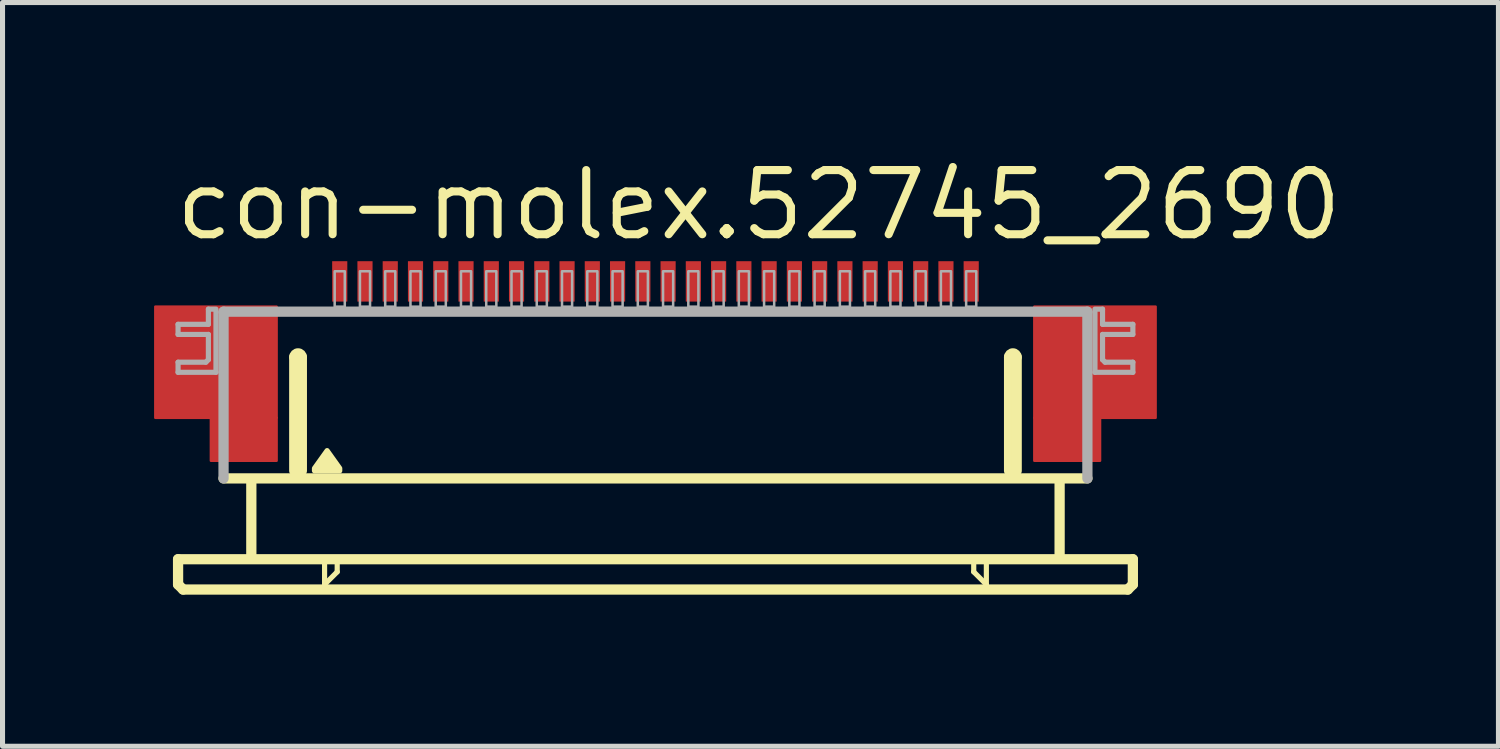
<source format=kicad_pcb>
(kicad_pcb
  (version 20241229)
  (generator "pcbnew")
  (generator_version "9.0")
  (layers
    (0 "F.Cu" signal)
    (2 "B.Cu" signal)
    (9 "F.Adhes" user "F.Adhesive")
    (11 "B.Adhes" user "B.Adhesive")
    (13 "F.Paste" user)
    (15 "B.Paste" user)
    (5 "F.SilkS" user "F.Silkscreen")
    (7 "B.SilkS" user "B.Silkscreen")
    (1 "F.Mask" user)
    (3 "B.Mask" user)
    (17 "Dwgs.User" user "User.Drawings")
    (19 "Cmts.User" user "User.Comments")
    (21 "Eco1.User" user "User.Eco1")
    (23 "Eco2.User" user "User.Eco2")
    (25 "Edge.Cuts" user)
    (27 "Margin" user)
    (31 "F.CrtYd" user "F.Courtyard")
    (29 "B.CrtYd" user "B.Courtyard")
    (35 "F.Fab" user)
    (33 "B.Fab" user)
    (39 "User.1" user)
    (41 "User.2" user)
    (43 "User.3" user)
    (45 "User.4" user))
  (footprint "con-molex.52745_2690"
    (layer "F.Cu")
    (at 9.925 5.02)
    (property "Reference" "con-molex.52745_2690" (at -9.58 -3.27 0) (layer "F.SilkS") (effects (font (size 1.27 1.27) (thickness 0.16)) (justify left bottom)))
    (attr smd)
    (fp_rect (start -9.9 0.2) (end -7.5 -2) (stroke (width 0.05) (type default)) (fill yes) (layer "F.Cu"))
    (fp_rect (start -8.8 1.05) (end -7.5 0.2) (stroke (width 0.05) (type default)) (fill yes) (layer "F.Cu"))
    (fp_rect (start 7.5 0.2) (end 9.9 -2) (stroke (width 0.05) (type default)) (fill yes) (layer "F.Cu"))
    (fp_rect (start 7.5 1.05) (end 8.8 0.2) (stroke (width 0.05) (type default)) (fill yes) (layer "F.Cu"))
    (fp_rect (start -9.9 0.2) (end -8.75 -2) (stroke (width 0.05) (type default)) (fill yes) (layer "F.Mask"))
    (fp_rect (start -8.8 1.05) (end -7.5 -2) (stroke (width 0.05) (type default)) (fill yes) (layer "F.Mask"))
    (fp_rect (start 7.5 1.05) (end 8.8 -2) (stroke (width 0.05) (type default)) (fill yes) (layer "F.Mask"))
    (fp_rect (start 8.75 0.2) (end 9.9 -2) (stroke (width 0.05) (type default)) (fill yes) (layer "F.Mask"))
    (fp_line (start -9.45 3) (end -9.45 3.5) (stroke (width 0.203) (type default)) (layer "F.SilkS"))
    (fp_line (start -9.45 3.5) (end -9.35 3.6) (stroke (width 0.203) (type default)) (layer "F.SilkS"))
    (fp_line (start -9.35 3.6) (end 9.35 3.6) (stroke (width 0.203) (type default)) (layer "F.SilkS"))
    (fp_line (start -8 1.5) (end -8 2.9) (stroke (width 0.203) (type default)) (layer "F.SilkS"))
    (fp_line (start -7.15 1.25) (end -7.15 -1) (stroke (width 0.203) (type default)) (layer "F.SilkS"))
    (fp_line (start -7 -1) (end -7 1.25) (stroke (width 0.203) (type default)) (layer "F.SilkS"))
    (fp_line (start -6.55 3.1) (end -6.55 3.5) (stroke (width 0.102) (type default)) (layer "F.SilkS"))
    (fp_line (start -6.55 3.5) (end -6.3 3.25) (stroke (width 0.102) (type default)) (layer "F.SilkS"))
    (fp_line (start -6.3 3.25) (end -6.3 3.1) (stroke (width 0.102) (type default)) (layer "F.SilkS"))
    (fp_line (start 6.3 3.1) (end 6.3 3.25) (stroke (width 0.102) (type default)) (layer "F.SilkS"))
    (fp_line (start 6.3 3.25) (end 6.55 3.5) (stroke (width 0.102) (type default)) (layer "F.SilkS"))
    (fp_line (start 6.55 3.5) (end 6.55 3.1) (stroke (width 0.102) (type default)) (layer "F.SilkS"))
    (fp_line (start 7 1.25) (end 7 -1) (stroke (width 0.203) (type default)) (layer "F.SilkS"))
    (fp_line (start 7.15 -1) (end 7.15 1.25) (stroke (width 0.203) (type default)) (layer "F.SilkS"))
    (fp_line (start 8 1.5) (end 8 2.9) (stroke (width 0.203) (type default)) (layer "F.SilkS"))
    (fp_line (start 8.55 1.4) (end -8.55 1.4) (stroke (width 0.203) (type default)) (layer "F.SilkS"))
    (fp_line (start 9.35 3.6) (end 9.45 3.5) (stroke (width 0.203) (type default)) (layer "F.SilkS"))
    (fp_line (start 9.45 3) (end -9.45 3) (stroke (width 0.203) (type default)) (layer "F.SilkS"))
    (fp_line (start 9.45 3.5) (end 9.45 3) (stroke (width 0.203) (type default)) (layer "F.SilkS"))
    (fp_arc (start -7.15 -1) (mid -7.075 -1.075) (end -7 -1) (stroke (width 0.2032) (type default)) (layer "F.SilkS"))
    (fp_arc (start 7 -1) (mid 7.075 -1.075) (end 7.15 -1) (stroke (width 0.2032) (type default)) (layer "F.SilkS"))
    (fp_poly (pts (xy -6.75 1.25) (xy -6.75 1.2) (xy -6.5 0.85) (xy -6.25 1.2) (xy -6.25 1.25)) (stroke (width 0.102) (type default)) (fill yes) (layer "F.SilkS"))
    (fp_rect (start -9.7 0.05) (end -7.7 -1.85) (stroke (width 0.05) (type default)) (fill yes) (layer "F.Paste"))
    (fp_rect (start 7.7 0.05) (end 9.7 -1.85) (stroke (width 0.05) (type default)) (fill yes) (layer "F.Paste"))
    (fp_line (start -9.45 -1.65) (end -9.45 -1.45) (stroke (width 0.102) (type default)) (layer "F.Fab"))
    (fp_line (start -9.45 -1.45) (end -8.85 -1.45) (stroke (width 0.102) (type default)) (layer "F.Fab"))
    (fp_line (start -9.45 -0.9) (end -9.45 -0.7) (stroke (width 0.102) (type default)) (layer "F.Fab"))
    (fp_line (start -9.45 -0.7) (end -8.7 -0.7) (stroke (width 0.102) (type default)) (layer "F.Fab"))
    (fp_line (start -8.9 -0.9) (end -9.45 -0.9) (stroke (width 0.102) (type default)) (layer "F.Fab"))
    (fp_line (start -8.85 -1.95) (end -8.85 -1.65) (stroke (width 0.102) (type default)) (layer "F.Fab"))
    (fp_line (start -8.85 -1.65) (end -9.45 -1.65) (stroke (width 0.102) (type default)) (layer "F.Fab"))
    (fp_line (start -8.85 -1.45) (end -8.85 -0.95) (stroke (width 0.102) (type default)) (layer "F.Fab"))
    (fp_line (start -8.85 -0.95) (end -8.9 -0.9) (stroke (width 0.102) (type default)) (layer "F.Fab"))
    (fp_line (start -8.7 -1.95) (end -8.85 -1.95) (stroke (width 0.102) (type default)) (layer "F.Fab"))
    (fp_line (start -8.7 -0.7) (end -8.7 -1.9) (stroke (width 0.102) (type default)) (layer "F.Fab"))
    (fp_line (start -8.55 -1.9) (end 8.55 -1.9) (stroke (width 0.203) (type default)) (layer "F.Fab"))
    (fp_line (start -8.55 1.4) (end -8.55 -1.9) (stroke (width 0.203) (type default)) (layer "F.Fab"))
    (fp_line (start 8.55 -1.9) (end 8.55 1.4) (stroke (width 0.203) (type default)) (layer "F.Fab"))
    (fp_line (start 8.7 -1.95) (end 8.85 -1.95) (stroke (width 0.102) (type default)) (layer "F.Fab"))
    (fp_line (start 8.7 -0.7) (end 8.7 -1.9) (stroke (width 0.102) (type default)) (layer "F.Fab"))
    (fp_line (start 8.85 -1.95) (end 8.85 -1.65) (stroke (width 0.102) (type default)) (layer "F.Fab"))
    (fp_line (start 8.85 -1.65) (end 9.45 -1.65) (stroke (width 0.102) (type default)) (layer "F.Fab"))
    (fp_line (start 8.85 -1.45) (end 8.85 -0.95) (stroke (width 0.102) (type default)) (layer "F.Fab"))
    (fp_line (start 8.85 -0.95) (end 8.9 -0.9) (stroke (width 0.102) (type default)) (layer "F.Fab"))
    (fp_line (start 8.9 -0.9) (end 9.45 -0.9) (stroke (width 0.102) (type default)) (layer "F.Fab"))
    (fp_line (start 9.45 -1.65) (end 9.45 -1.45) (stroke (width 0.102) (type default)) (layer "F.Fab"))
    (fp_line (start 9.45 -1.45) (end 8.85 -1.45) (stroke (width 0.102) (type default)) (layer "F.Fab"))
    (fp_line (start 9.45 -0.9) (end 9.45 -0.7) (stroke (width 0.102) (type default)) (layer "F.Fab"))
    (fp_line (start 9.45 -0.7) (end 8.7 -0.7) (stroke (width 0.102) (type default)) (layer "F.Fab"))
    (fp_rect (start -6.35 -2) (end -6.15 -2.7) (stroke (width 0.05) (type default)) (fill no) (layer "F.Fab"))
    (fp_rect (start -5.85 -2) (end -5.65 -2.7) (stroke (width 0.05) (type default)) (fill no) (layer "F.Fab"))
    (fp_rect (start -5.35 -2) (end -5.15 -2.7) (stroke (width 0.05) (type default)) (fill no) (layer "F.Fab"))
    (fp_rect (start -4.85 -2) (end -4.65 -2.7) (stroke (width 0.05) (type default)) (fill no) (layer "F.Fab"))
    (fp_rect (start -4.35 -2) (end -4.15 -2.7) (stroke (width 0.05) (type default)) (fill no) (layer "F.Fab"))
    (fp_rect (start -3.85 -2) (end -3.65 -2.7) (stroke (width 0.05) (type default)) (fill no) (layer "F.Fab"))
    (fp_rect (start -3.35 -2) (end -3.15 -2.7) (stroke (width 0.05) (type default)) (fill no) (layer "F.Fab"))
    (fp_rect (start -2.85 -2) (end -2.65 -2.7) (stroke (width 0.05) (type default)) (fill no) (layer "F.Fab"))
    (fp_rect (start -2.35 -2) (end -2.15 -2.7) (stroke (width 0.05) (type default)) (fill no) (layer "F.Fab"))
    (fp_rect (start -1.85 -2) (end -1.65 -2.7) (stroke (width 0.05) (type default)) (fill no) (layer "F.Fab"))
    (fp_rect (start -1.35 -2) (end -1.15 -2.7) (stroke (width 0.05) (type default)) (fill no) (layer "F.Fab"))
    (fp_rect (start -0.85 -2) (end -0.65 -2.7) (stroke (width 0.05) (type default)) (fill no) (layer "F.Fab"))
    (fp_rect (start -0.35 -2) (end -0.15 -2.7) (stroke (width 0.05) (type default)) (fill no) (layer "F.Fab"))
    (fp_rect (start 0.15 -2) (end 0.35 -2.7) (stroke (width 0.05) (type default)) (fill no) (layer "F.Fab"))
    (fp_rect (start 0.65 -2) (end 0.85 -2.7) (stroke (width 0.05) (type default)) (fill no) (layer "F.Fab"))
    (fp_rect (start 1.15 -2) (end 1.35 -2.7) (stroke (width 0.05) (type default)) (fill no) (layer "F.Fab"))
    (fp_rect (start 1.65 -2) (end 1.85 -2.7) (stroke (width 0.05) (type default)) (fill no) (layer "F.Fab"))
    (fp_rect (start 2.15 -2) (end 2.35 -2.7) (stroke (width 0.05) (type default)) (fill no) (layer "F.Fab"))
    (fp_rect (start 2.65 -2) (end 2.85 -2.7) (stroke (width 0.05) (type default)) (fill no) (layer "F.Fab"))
    (fp_rect (start 3.15 -2) (end 3.35 -2.7) (stroke (width 0.05) (type default)) (fill no) (layer "F.Fab"))
    (fp_rect (start 3.65 -2) (end 3.85 -2.7) (stroke (width 0.05) (type default)) (fill no) (layer "F.Fab"))
    (fp_rect (start 4.15 -2) (end 4.35 -2.7) (stroke (width 0.05) (type default)) (fill no) (layer "F.Fab"))
    (fp_rect (start 4.65 -2) (end 4.85 -2.7) (stroke (width 0.05) (type default)) (fill no) (layer "F.Fab"))
    (fp_rect (start 5.15 -2) (end 5.35 -2.7) (stroke (width 0.05) (type default)) (fill no) (layer "F.Fab"))
    (fp_rect (start 5.65 -2) (end 5.85 -2.7) (stroke (width 0.05) (type default)) (fill no) (layer "F.Fab"))
    (fp_rect (start 6.15 -2) (end 6.35 -2.7) (stroke (width 0.05) (type default)) (fill no) (layer "F.Fab"))
    (pad "1" smd roundrect (at -6.25 -2.5) (size 0.3 0.8) (layers "F.Cu" "F.Mask" "F.Paste") (roundrect_rratio 0.01))
    (pad "2" smd roundrect (at -5.75 -2.5) (size 0.3 0.8) (layers "F.Cu" "F.Mask" "F.Paste") (roundrect_rratio 0.01))
    (pad "3" smd roundrect (at -5.25 -2.5) (size 0.3 0.8) (layers "F.Cu" "F.Mask" "F.Paste") (roundrect_rratio 0.01))
    (pad "4" smd roundrect (at -4.75 -2.5) (size 0.3 0.8) (layers "F.Cu" "F.Mask" "F.Paste") (roundrect_rratio 0.01))
    (pad "5" smd roundrect (at -4.25 -2.5) (size 0.3 0.8) (layers "F.Cu" "F.Mask" "F.Paste") (roundrect_rratio 0.01))
    (pad "6" smd roundrect (at -3.75 -2.5) (size 0.3 0.8) (layers "F.Cu" "F.Mask" "F.Paste") (roundrect_rratio 0.01))
    (pad "7" smd roundrect (at -3.25 -2.5) (size 0.3 0.8) (layers "F.Cu" "F.Mask" "F.Paste") (roundrect_rratio 0.01))
    (pad "8" smd roundrect (at -2.75 -2.5) (size 0.3 0.8) (layers "F.Cu" "F.Mask" "F.Paste") (roundrect_rratio 0.01))
    (pad "9" smd roundrect (at -2.25 -2.5) (size 0.3 0.8) (layers "F.Cu" "F.Mask" "F.Paste") (roundrect_rratio 0.01))
    (pad "10" smd roundrect (at -1.75 -2.5) (size 0.3 0.8) (layers "F.Cu" "F.Mask" "F.Paste") (roundrect_rratio 0.01))
    (pad "11" smd roundrect (at -1.25 -2.5) (size 0.3 0.8) (layers "F.Cu" "F.Mask" "F.Paste") (roundrect_rratio 0.01))
    (pad "12" smd roundrect (at -0.75 -2.5) (size 0.3 0.8) (layers "F.Cu" "F.Mask" "F.Paste") (roundrect_rratio 0.01))
    (pad "13" smd roundrect (at -0.25 -2.5) (size 0.3 0.8) (layers "F.Cu" "F.Mask" "F.Paste") (roundrect_rratio 0.01))
    (pad "14" smd roundrect (at 0.25 -2.5) (size 0.3 0.8) (layers "F.Cu" "F.Mask" "F.Paste") (roundrect_rratio 0.01))
    (pad "15" smd roundrect (at 0.75 -2.5) (size 0.3 0.8) (layers "F.Cu" "F.Mask" "F.Paste") (roundrect_rratio 0.01))
    (pad "16" smd roundrect (at 1.25 -2.5) (size 0.3 0.8) (layers "F.Cu" "F.Mask" "F.Paste") (roundrect_rratio 0.01))
    (pad "17" smd roundrect (at 1.75 -2.5) (size 0.3 0.8) (layers "F.Cu" "F.Mask" "F.Paste") (roundrect_rratio 0.01))
    (pad "18" smd roundrect (at 2.25 -2.5) (size 0.3 0.8) (layers "F.Cu" "F.Mask" "F.Paste") (roundrect_rratio 0.01))
    (pad "19" smd roundrect (at 2.75 -2.5) (size 0.3 0.8) (layers "F.Cu" "F.Mask" "F.Paste") (roundrect_rratio 0.01))
    (pad "20" smd roundrect (at 3.25 -2.5) (size 0.3 0.8) (layers "F.Cu" "F.Mask" "F.Paste") (roundrect_rratio 0.01))
    (pad "21" smd roundrect (at 3.75 -2.5) (size 0.3 0.8) (layers "F.Cu" "F.Mask" "F.Paste") (roundrect_rratio 0.01))
    (pad "22" smd roundrect (at 4.25 -2.5) (size 0.3 0.8) (layers "F.Cu" "F.Mask" "F.Paste") (roundrect_rratio 0.01))
    (pad "23" smd roundrect (at 4.75 -2.5) (size 0.3 0.8) (layers "F.Cu" "F.Mask" "F.Paste") (roundrect_rratio 0.01))
    (pad "24" smd roundrect (at 5.25 -2.5) (size 0.3 0.8) (layers "F.Cu" "F.Mask" "F.Paste") (roundrect_rratio 0.01))
    (pad "25" smd roundrect (at 5.75 -2.5) (size 0.3 0.8) (layers "F.Cu" "F.Mask" "F.Paste") (roundrect_rratio 0.01))
    (pad "26" smd roundrect (at 6.25 -2.5) (size 0.3 0.8) (layers "F.Cu" "F.Mask" "F.Paste") (roundrect_rratio 0.01)))
  (gr_rect
    (start -3 -3)
    (end 26.612 11.722)
    (stroke (width 0.1) (type default))
    (fill no)
    (layer "Edge.Cuts")))
</source>
